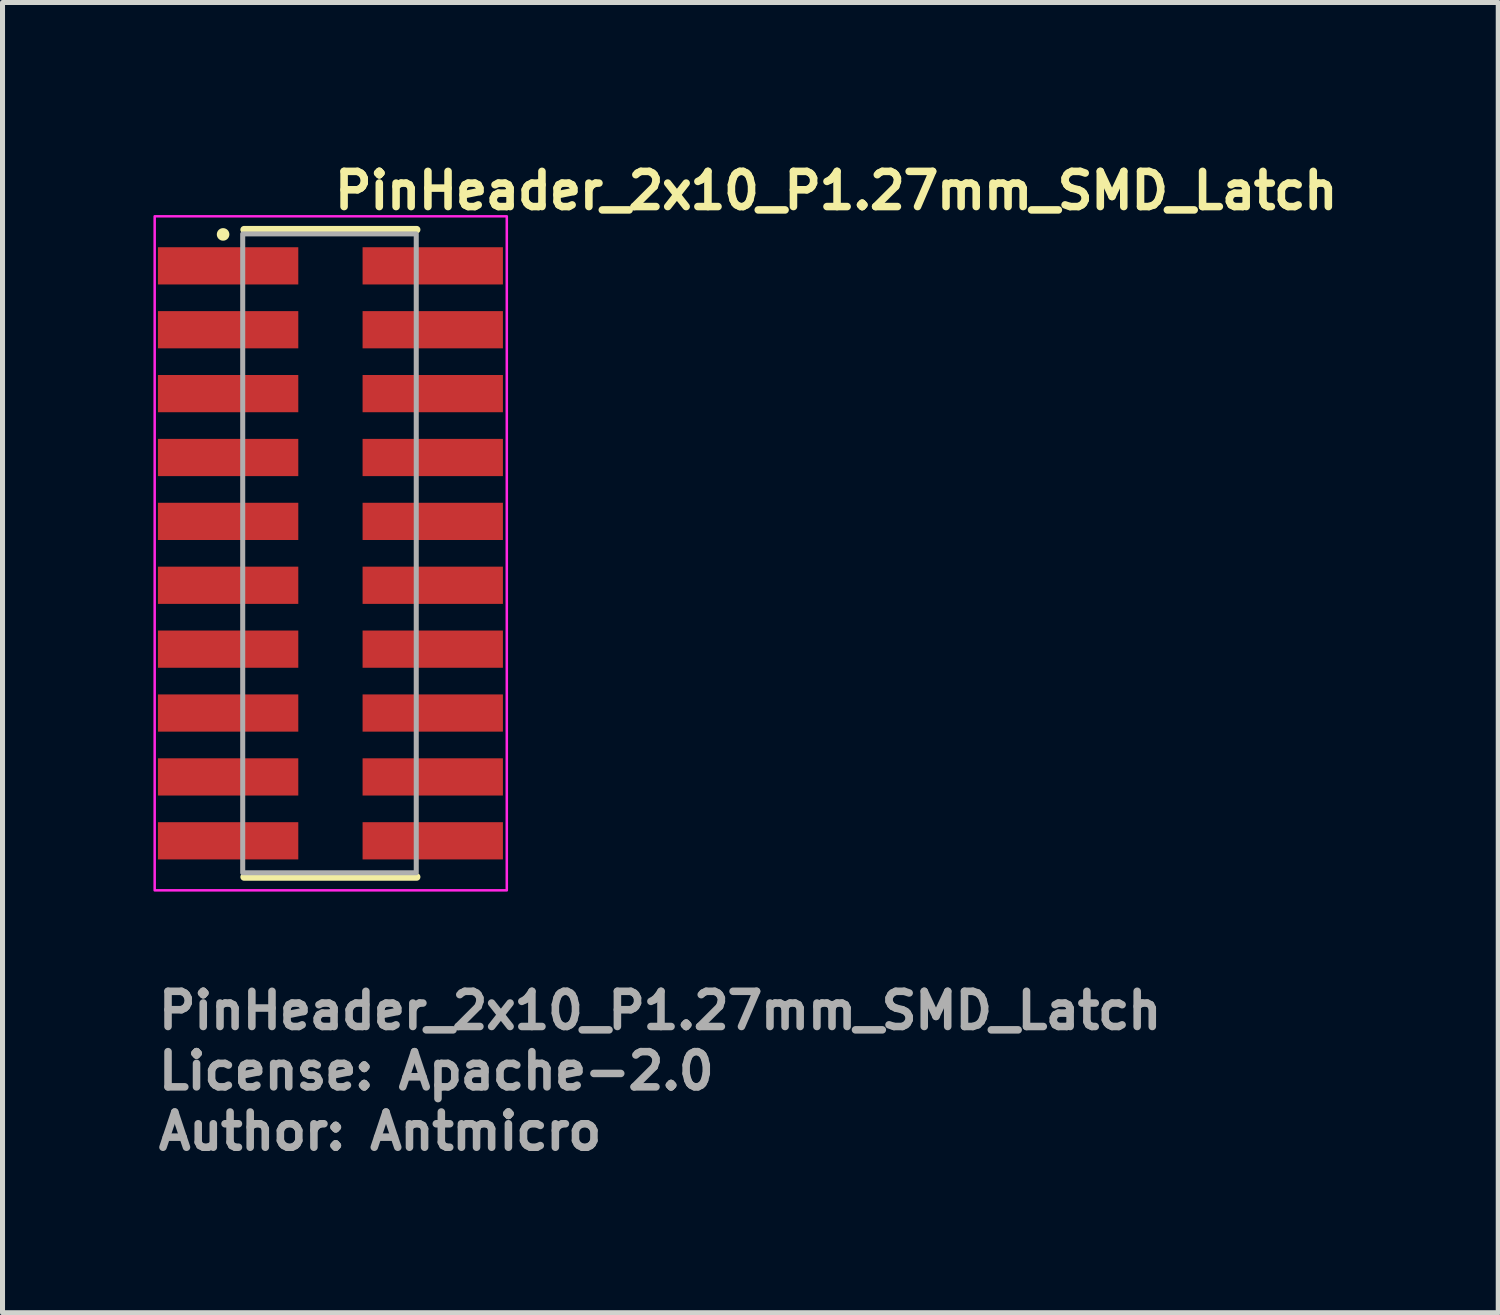
<source format=kicad_pcb>
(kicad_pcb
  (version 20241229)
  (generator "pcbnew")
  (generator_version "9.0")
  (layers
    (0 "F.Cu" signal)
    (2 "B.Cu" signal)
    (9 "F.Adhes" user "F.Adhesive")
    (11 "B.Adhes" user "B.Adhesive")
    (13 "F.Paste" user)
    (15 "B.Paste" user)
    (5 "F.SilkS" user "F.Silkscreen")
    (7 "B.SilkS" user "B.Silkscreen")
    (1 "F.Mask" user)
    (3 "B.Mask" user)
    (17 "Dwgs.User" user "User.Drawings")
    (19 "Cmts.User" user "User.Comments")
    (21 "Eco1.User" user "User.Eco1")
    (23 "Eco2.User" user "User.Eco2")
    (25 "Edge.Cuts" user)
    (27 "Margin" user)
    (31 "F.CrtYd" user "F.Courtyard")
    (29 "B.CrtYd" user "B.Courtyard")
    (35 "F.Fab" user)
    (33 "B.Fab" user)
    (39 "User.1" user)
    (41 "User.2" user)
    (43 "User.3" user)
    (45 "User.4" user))
  (footprint "PinHeader_2x10_P1.27mm_SMD_Latch"
    (layer "F.Cu")
    (at 3.525 7.95)
    (property "Reference" "PinHeader_2x10_P1.27mm_SMD_Latch" (at 0 -6.8 0) (unlocked yes) (layer "F.SilkS") (effects (font (size 0.7 0.7) (thickness 0.15)) (justify left bottom)))
    (attr smd)
    (fp_line (start -1.722 -6.434) (end 1.708 -6.434) (stroke (width 0.15) (type solid)) (layer "F.SilkS"))
    (fp_line (start -1.722 6.434) (end 1.708 6.434) (stroke (width 0.15) (type solid)) (layer "F.SilkS"))
    (fp_circle (center -2.14 -6.34) (end -2.14 -6.29) (stroke (width 0.15) (type solid)) (fill yes) (layer "F.SilkS"))
    (fp_rect (start 3.5 -6.7) (end -3.5 6.7) (stroke (width 0.05) (type solid)) (fill no) (layer "F.CrtYd"))
    (fp_rect (start 1.7 -6.35) (end -1.75 6.35) (stroke (width 0.1) (type solid)) (fill no) (layer "F.Fab"))
    (fp_rect (start 2.92 -6.349) (end -2.919 6.349) (stroke (width 0.1) (type solid)) (fill no) (layer "User.5"))
    (fp_line (start -2.919 -5.918) (end -1.713 -5.918) (stroke (width 0.02) (type solid)) (layer "User.9"))
    (fp_line (start -2.919 -5.511) (end -2.919 -5.918) (stroke (width 0.02) (type solid)) (layer "User.9"))
    (fp_line (start -2.919 -4.648) (end -1.713 -4.648) (stroke (width 0.02) (type solid)) (layer "User.9"))
    (fp_line (start -2.919 -4.241) (end -2.919 -4.648) (stroke (width 0.02) (type solid)) (layer "User.9"))
    (fp_line (start -2.919 -3.378) (end -1.713 -3.378) (stroke (width 0.02) (type solid)) (layer "User.9"))
    (fp_line (start -2.919 -2.971) (end -2.919 -3.378) (stroke (width 0.02) (type solid)) (layer "User.9"))
    (fp_line (start -2.919 2.539) (end -2.919 -2.54) (stroke (width 0.02) (type solid)) (layer "User.9"))
    (fp_line (start -2.919 2.97) (end -1.713 2.97) (stroke (width 0.02) (type solid)) (layer "User.9"))
    (fp_line (start -2.919 3.377) (end -2.919 2.97) (stroke (width 0.02) (type solid)) (layer "User.9"))
    (fp_line (start -2.919 4.241) (end -1.713 4.241) (stroke (width 0.02) (type solid)) (layer "User.9"))
    (fp_line (start -2.919 4.648) (end -2.919 4.241) (stroke (width 0.02) (type solid)) (layer "User.9"))
    (fp_line (start -2.919 5.511) (end -1.713 5.511) (stroke (width 0.02) (type solid)) (layer "User.9"))
    (fp_line (start -2.919 5.918) (end -2.919 5.511) (stroke (width 0.02) (type solid)) (layer "User.9"))
    (fp_line (start -2.919 5.918) (end -1.713 5.918) (stroke (width 0.02) (type solid)) (layer "User.9"))
    (fp_line (start -1.713 -6.349) (end -1.713 -2.54) (stroke (width 0.02) (type solid)) (layer "User.9"))
    (fp_line (start -1.713 -5.511) (end -2.919 -5.511) (stroke (width 0.02) (type solid)) (layer "User.9"))
    (fp_line (start -1.713 -4.241) (end -2.919 -4.241) (stroke (width 0.02) (type solid)) (layer "User.9"))
    (fp_line (start -1.713 -2.971) (end -2.919 -2.971) (stroke (width 0.02) (type solid)) (layer "User.9"))
    (fp_line (start -1.713 2.539) (end -1.713 6.349) (stroke (width 0.02) (type solid)) (layer "User.9"))
    (fp_line (start -1.713 3.377) (end -2.919 3.377) (stroke (width 0.02) (type solid)) (layer "User.9"))
    (fp_line (start -1.713 4.648) (end -2.919 4.648) (stroke (width 0.02) (type solid)) (layer "User.9"))
    (fp_line (start -1.713 6.349) (end 1.715 6.349) (stroke (width 0.02) (type solid)) (layer "User.9"))
    (fp_line (start -0.849 -5.918) (end -0.849 -5.511) (stroke (width 0.02) (type solid)) (layer "User.9"))
    (fp_line (start -0.849 -5.918) (end -0.837 -5.918) (stroke (width 0.02) (type solid)) (layer "User.9"))
    (fp_line (start -0.849 -5.511) (end -0.837 -5.511) (stroke (width 0.02) (type solid)) (layer "User.9"))
    (fp_line (start -0.849 -4.648) (end -0.849 -4.241) (stroke (width 0.02) (type solid)) (layer "User.9"))
    (fp_line (start -0.849 -4.241) (end -0.837 -4.241) (stroke (width 0.02) (type solid)) (layer "User.9"))
    (fp_line (start -0.849 -3.378) (end -0.849 -2.971) (stroke (width 0.02) (type solid)) (layer "User.9"))
    (fp_line (start -0.849 -2.971) (end -0.837 -2.971) (stroke (width 0.02) (type solid)) (layer "User.9"))
    (fp_line (start -0.849 2.97) (end -0.849 3.377) (stroke (width 0.02) (type solid)) (layer "User.9"))
    (fp_line (start -0.849 3.377) (end -0.837 3.377) (stroke (width 0.02) (type solid)) (layer "User.9"))
    (fp_line (start -0.849 4.241) (end -0.849 4.648) (stroke (width 0.02) (type solid)) (layer "User.9"))
    (fp_line (start -0.849 4.648) (end -0.837 4.648) (stroke (width 0.02) (type solid)) (layer "User.9"))
    (fp_line (start -0.849 5.511) (end -0.849 5.918) (stroke (width 0.02) (type solid)) (layer "User.9"))
    (fp_line (start -0.849 5.918) (end -0.837 5.918) (stroke (width 0.02) (type solid)) (layer "User.9"))
    (fp_line (start -0.849 5.918) (end -0.837 5.918) (stroke (width 0.02) (type solid)) (layer "User.9"))
    (fp_line (start -0.837 -5.918) (end -0.849 -5.918) (stroke (width 0.02) (type solid)) (layer "User.9"))
    (fp_line (start -0.837 -5.918) (end -0.706 -5.785) (stroke (width 0.02) (type solid)) (layer "User.9"))
    (fp_line (start -0.837 -5.918) (end -0.431 -5.918) (stroke (width 0.02) (type solid)) (layer "User.9"))
    (fp_line (start -0.837 -5.511) (end -0.837 -5.918) (stroke (width 0.02) (type solid)) (layer "User.9"))
    (fp_line (start -0.837 -5.511) (end -0.431 -5.511) (stroke (width 0.02) (type solid)) (layer "User.9"))
    (fp_line (start -0.837 -4.648) (end -0.849 -4.648) (stroke (width 0.02) (type solid)) (layer "User.9"))
    (fp_line (start -0.837 -4.648) (end -0.706 -4.516) (stroke (width 0.02) (type solid)) (layer "User.9"))
    (fp_line (start -0.837 -4.648) (end -0.431 -4.648) (stroke (width 0.02) (type solid)) (layer "User.9"))
    (fp_line (start -0.837 -4.241) (end -0.837 -4.648) (stroke (width 0.02) (type solid)) (layer "User.9"))
    (fp_line (start -0.837 -4.241) (end -0.431 -4.241) (stroke (width 0.02) (type solid)) (layer "User.9"))
    (fp_line (start -0.837 -3.378) (end -0.849 -3.378) (stroke (width 0.02) (type solid)) (layer "User.9"))
    (fp_line (start -0.837 -3.378) (end -0.706 -3.246) (stroke (width 0.02) (type solid)) (layer "User.9"))
    (fp_line (start -0.837 -3.378) (end -0.431 -3.378) (stroke (width 0.02) (type solid)) (layer "User.9"))
    (fp_line (start -0.837 -2.971) (end -0.837 -3.378) (stroke (width 0.02) (type solid)) (layer "User.9"))
    (fp_line (start -0.837 -2.971) (end -0.431 -2.971) (stroke (width 0.02) (type solid)) (layer "User.9"))
    (fp_line (start -0.837 2.97) (end -0.849 2.97) (stroke (width 0.02) (type solid)) (layer "User.9"))
    (fp_line (start -0.837 2.97) (end -0.706 3.102) (stroke (width 0.02) (type solid)) (layer "User.9"))
    (fp_line (start -0.837 2.97) (end -0.431 2.97) (stroke (width 0.02) (type solid)) (layer "User.9"))
    (fp_line (start -0.837 3.377) (end -0.837 2.97) (stroke (width 0.02) (type solid)) (layer "User.9"))
    (fp_line (start -0.837 3.377) (end -0.431 3.377) (stroke (width 0.02) (type solid)) (layer "User.9"))
    (fp_line (start -0.837 4.241) (end -0.849 4.241) (stroke (width 0.02) (type solid)) (layer "User.9"))
    (fp_line (start -0.837 4.241) (end -0.706 4.373) (stroke (width 0.02) (type solid)) (layer "User.9"))
    (fp_line (start -0.837 4.241) (end -0.431 4.241) (stroke (width 0.02) (type solid)) (layer "User.9"))
    (fp_line (start -0.837 4.648) (end -0.837 4.241) (stroke (width 0.02) (type solid)) (layer "User.9"))
    (fp_line (start -0.837 4.648) (end -0.431 4.648) (stroke (width 0.02) (type solid)) (layer "User.9"))
    (fp_line (start -0.837 5.511) (end -0.849 5.511) (stroke (width 0.02) (type solid)) (layer "User.9"))
    (fp_line (start -0.837 5.511) (end -0.706 5.643) (stroke (width 0.02) (type solid)) (layer "User.9"))
    (fp_line (start -0.837 5.511) (end -0.431 5.511) (stroke (width 0.02) (type solid)) (layer "User.9"))
    (fp_line (start -0.837 5.918) (end -0.837 5.511) (stroke (width 0.02) (type solid)) (layer "User.9"))
    (fp_line (start -0.837 5.918) (end -0.431 5.918) (stroke (width 0.02) (type solid)) (layer "User.9"))
    (fp_line (start -0.706 -5.785) (end -0.563 -5.785) (stroke (width 0.02) (type solid)) (layer "User.9"))
    (fp_line (start -0.706 -5.643) (end -0.837 -5.511) (stroke (width 0.02) (type solid)) (layer "User.9"))
    (fp_line (start -0.706 -5.643) (end -0.706 -5.785) (stroke (width 0.02) (type solid)) (layer "User.9"))
    (fp_line (start -0.706 -5.643) (end -0.563 -5.643) (stroke (width 0.02) (type solid)) (layer "User.9"))
    (fp_line (start -0.706 -4.516) (end -0.563 -4.516) (stroke (width 0.02) (type solid)) (layer "User.9"))
    (fp_line (start -0.706 -4.372) (end -0.837 -4.241) (stroke (width 0.02) (type solid)) (layer "User.9"))
    (fp_line (start -0.706 -4.372) (end -0.706 -4.516) (stroke (width 0.02) (type solid)) (layer "User.9"))
    (fp_line (start -0.706 -4.372) (end -0.563 -4.372) (stroke (width 0.02) (type solid)) (layer "User.9"))
    (fp_line (start -0.706 -3.246) (end -0.563 -3.246) (stroke (width 0.02) (type solid)) (layer "User.9"))
    (fp_line (start -0.706 -3.103) (end -0.837 -2.971) (stroke (width 0.02) (type solid)) (layer "User.9"))
    (fp_line (start -0.706 -3.103) (end -0.706 -3.246) (stroke (width 0.02) (type solid)) (layer "User.9"))
    (fp_line (start -0.706 -3.103) (end -0.563 -3.103) (stroke (width 0.02) (type solid)) (layer "User.9"))
    (fp_line (start -0.706 3.102) (end -0.563 3.102) (stroke (width 0.02) (type solid)) (layer "User.9"))
    (fp_line (start -0.706 3.246) (end -0.837 3.377) (stroke (width 0.02) (type solid)) (layer "User.9"))
    (fp_line (start -0.706 3.246) (end -0.706 3.102) (stroke (width 0.02) (type solid)) (layer "User.9"))
    (fp_line (start -0.706 3.246) (end -0.563 3.246) (stroke (width 0.02) (type solid)) (layer "User.9"))
    (fp_line (start -0.706 4.373) (end -0.563 4.373) (stroke (width 0.02) (type solid)) (layer "User.9"))
    (fp_line (start -0.706 4.516) (end -0.837 4.648) (stroke (width 0.02) (type solid)) (layer "User.9"))
    (fp_line (start -0.706 4.516) (end -0.706 4.373) (stroke (width 0.02) (type solid)) (layer "User.9"))
    (fp_line (start -0.706 4.516) (end -0.563 4.516) (stroke (width 0.02) (type solid)) (layer "User.9"))
    (fp_line (start -0.706 5.643) (end -0.563 5.643) (stroke (width 0.02) (type solid)) (layer "User.9"))
    (fp_line (start -0.706 5.786) (end -0.837 5.918) (stroke (width 0.02) (type solid)) (layer "User.9"))
    (fp_line (start -0.706 5.786) (end -0.706 5.643) (stroke (width 0.02) (type solid)) (layer "User.9"))
    (fp_line (start -0.706 5.786) (end -0.563 5.786) (stroke (width 0.02) (type solid)) (layer "User.9"))
    (fp_line (start -0.563 -5.785) (end -0.431 -5.918) (stroke (width 0.02) (type solid)) (layer "User.9"))
    (fp_line (start -0.563 -5.643) (end -0.563 -5.785) (stroke (width 0.02) (type solid)) (layer "User.9"))
    (fp_line (start -0.563 -4.516) (end -0.431 -4.648) (stroke (width 0.02) (type solid)) (layer "User.9"))
    (fp_line (start -0.563 -4.372) (end -0.563 -4.516) (stroke (width 0.02) (type solid)) (layer "User.9"))
    (fp_line (start -0.563 -3.246) (end -0.431 -3.378) (stroke (width 0.02) (type solid)) (layer "User.9"))
    (fp_line (start -0.563 -3.103) (end -0.563 -3.246) (stroke (width 0.02) (type solid)) (layer "User.9"))
    (fp_line (start -0.563 3.102) (end -0.431 2.97) (stroke (width 0.02) (type solid)) (layer "User.9"))
    (fp_line (start -0.563 3.246) (end -0.563 3.102) (stroke (width 0.02) (type solid)) (layer "User.9"))
    (fp_line (start -0.563 4.373) (end -0.431 4.241) (stroke (width 0.02) (type solid)) (layer "User.9"))
    (fp_line (start -0.563 4.516) (end -0.563 4.373) (stroke (width 0.02) (type solid)) (layer "User.9"))
    (fp_line (start -0.563 5.643) (end -0.431 5.511) (stroke (width 0.02) (type solid)) (layer "User.9"))
    (fp_line (start -0.563 5.786) (end -0.563 5.643) (stroke (width 0.02) (type solid)) (layer "User.9"))
    (fp_line (start -0.431 -5.511) (end -0.563 -5.643) (stroke (width 0.02) (type solid)) (layer "User.9"))
    (fp_line (start -0.431 -5.511) (end -0.431 -5.918) (stroke (width 0.02) (type solid)) (layer "User.9"))
    (fp_line (start -0.431 -4.241) (end -0.563 -4.372) (stroke (width 0.02) (type solid)) (layer "User.9"))
    (fp_line (start -0.431 -4.241) (end -0.431 -4.648) (stroke (width 0.02) (type solid)) (layer "User.9"))
    (fp_line (start -0.431 -2.971) (end -0.563 -3.103) (stroke (width 0.02) (type solid)) (layer "User.9"))
    (fp_line (start -0.431 -2.971) (end -0.431 -3.378) (stroke (width 0.02) (type solid)) (layer "User.9"))
    (fp_line (start -0.431 3.377) (end -0.563 3.246) (stroke (width 0.02) (type solid)) (layer "User.9"))
    (fp_line (start -0.431 3.377) (end -0.431 2.97) (stroke (width 0.02) (type solid)) (layer "User.9"))
    (fp_line (start -0.431 4.648) (end -0.563 4.516) (stroke (width 0.02) (type solid)) (layer "User.9"))
    (fp_line (start -0.431 4.648) (end -0.431 4.241) (stroke (width 0.02) (type solid)) (layer "User.9"))
    (fp_line (start -0.431 5.918) (end -0.563 5.786) (stroke (width 0.02) (type solid)) (layer "User.9"))
    (fp_line (start -0.431 5.918) (end -0.431 5.511) (stroke (width 0.02) (type solid)) (layer "User.9"))
    (fp_line (start 0.42 -5.918) (end 0.42 -5.511) (stroke (width 0.02) (type solid)) (layer "User.9"))
    (fp_line (start 0.42 -5.918) (end 0.432 -5.918) (stroke (width 0.02) (type solid)) (layer "User.9"))
    (fp_line (start 0.42 -5.511) (end 0.432 -5.511) (stroke (width 0.02) (type solid)) (layer "User.9"))
    (fp_line (start 0.42 -4.648) (end 0.42 -4.241) (stroke (width 0.02) (type solid)) (layer "User.9"))
    (fp_line (start 0.42 -4.241) (end 0.432 -4.241) (stroke (width 0.02) (type solid)) (layer "User.9"))
    (fp_line (start 0.42 -3.378) (end 0.42 -2.971) (stroke (width 0.02) (type solid)) (layer "User.9"))
    (fp_line (start 0.42 -2.971) (end 0.432 -2.971) (stroke (width 0.02) (type solid)) (layer "User.9"))
    (fp_line (start 0.42 2.97) (end 0.42 3.377) (stroke (width 0.02) (type solid)) (layer "User.9"))
    (fp_line (start 0.42 3.377) (end 0.432 3.377) (stroke (width 0.02) (type solid)) (layer "User.9"))
    (fp_line (start 0.42 4.241) (end 0.42 4.648) (stroke (width 0.02) (type solid)) (layer "User.9"))
    (fp_line (start 0.42 4.648) (end 0.432 4.648) (stroke (width 0.02) (type solid)) (layer "User.9"))
    (fp_line (start 0.42 5.511) (end 0.42 5.918) (stroke (width 0.02) (type solid)) (layer "User.9"))
    (fp_line (start 0.42 5.918) (end 0.432 5.918) (stroke (width 0.02) (type solid)) (layer "User.9"))
    (fp_line (start 0.42 5.918) (end 0.432 5.918) (stroke (width 0.02) (type solid)) (layer "User.9"))
    (fp_line (start 0.432 -5.918) (end 0.42 -5.918) (stroke (width 0.02) (type solid)) (layer "User.9"))
    (fp_line (start 0.432 -5.918) (end 0.563 -5.785) (stroke (width 0.02) (type solid)) (layer "User.9"))
    (fp_line (start 0.432 -5.918) (end 0.839 -5.918) (stroke (width 0.02) (type solid)) (layer "User.9"))
    (fp_line (start 0.432 -5.511) (end 0.432 -5.918) (stroke (width 0.02) (type solid)) (layer "User.9"))
    (fp_line (start 0.432 -5.511) (end 0.839 -5.511) (stroke (width 0.02) (type solid)) (layer "User.9"))
    (fp_line (start 0.432 -4.648) (end 0.42 -4.648) (stroke (width 0.02) (type solid)) (layer "User.9"))
    (fp_line (start 0.432 -4.648) (end 0.563 -4.516) (stroke (width 0.02) (type solid)) (layer "User.9"))
    (fp_line (start 0.432 -4.648) (end 0.839 -4.648) (stroke (width 0.02) (type solid)) (layer "User.9"))
    (fp_line (start 0.432 -4.241) (end 0.432 -4.648) (stroke (width 0.02) (type solid)) (layer "User.9"))
    (fp_line (start 0.432 -4.241) (end 0.839 -4.241) (stroke (width 0.02) (type solid)) (layer "User.9"))
    (fp_line (start 0.432 -3.378) (end 0.42 -3.378) (stroke (width 0.02) (type solid)) (layer "User.9"))
    (fp_line (start 0.432 -3.378) (end 0.563 -3.246) (stroke (width 0.02) (type solid)) (layer "User.9"))
    (fp_line (start 0.432 -3.378) (end 0.839 -3.378) (stroke (width 0.02) (type solid)) (layer "User.9"))
    (fp_line (start 0.432 -2.971) (end 0.432 -3.378) (stroke (width 0.02) (type solid)) (layer "User.9"))
    (fp_line (start 0.432 -2.971) (end 0.839 -2.971) (stroke (width 0.02) (type solid)) (layer "User.9"))
    (fp_line (start 0.432 2.97) (end 0.42 2.97) (stroke (width 0.02) (type solid)) (layer "User.9"))
    (fp_line (start 0.432 2.97) (end 0.563 3.102) (stroke (width 0.02) (type solid)) (layer "User.9"))
    (fp_line (start 0.432 2.97) (end 0.839 2.97) (stroke (width 0.02) (type solid)) (layer "User.9"))
    (fp_line (start 0.432 3.377) (end 0.432 2.97) (stroke (width 0.02) (type solid)) (layer "User.9"))
    (fp_line (start 0.432 3.377) (end 0.839 3.377) (stroke (width 0.02) (type solid)) (layer "User.9"))
    (fp_line (start 0.432 4.241) (end 0.42 4.241) (stroke (width 0.02) (type solid)) (layer "User.9"))
    (fp_line (start 0.432 4.241) (end 0.563 4.373) (stroke (width 0.02) (type solid)) (layer "User.9"))
    (fp_line (start 0.432 4.241) (end 0.839 4.241) (stroke (width 0.02) (type solid)) (layer "User.9"))
    (fp_line (start 0.432 4.648) (end 0.432 4.241) (stroke (width 0.02) (type solid)) (layer "User.9"))
    (fp_line (start 0.432 4.648) (end 0.839 4.648) (stroke (width 0.02) (type solid)) (layer "User.9"))
    (fp_line (start 0.432 5.511) (end 0.42 5.511) (stroke (width 0.02) (type solid)) (layer "User.9"))
    (fp_line (start 0.432 5.511) (end 0.563 5.643) (stroke (width 0.02) (type solid)) (layer "User.9"))
    (fp_line (start 0.432 5.511) (end 0.839 5.511) (stroke (width 0.02) (type solid)) (layer "User.9"))
    (fp_line (start 0.432 5.918) (end 0.432 5.511) (stroke (width 0.02) (type solid)) (layer "User.9"))
    (fp_line (start 0.432 5.918) (end 0.839 5.918) (stroke (width 0.02) (type solid)) (layer "User.9"))
    (fp_line (start 0.563 -5.785) (end 0.707 -5.785) (stroke (width 0.02) (type solid)) (layer "User.9"))
    (fp_line (start 0.563 -5.643) (end 0.432 -5.511) (stroke (width 0.02) (type solid)) (layer "User.9"))
    (fp_line (start 0.563 -5.643) (end 0.563 -5.785) (stroke (width 0.02) (type solid)) (layer "User.9"))
    (fp_line (start 0.563 -5.643) (end 0.707 -5.643) (stroke (width 0.02) (type solid)) (layer "User.9"))
    (fp_line (start 0.563 -4.516) (end 0.707 -4.516) (stroke (width 0.02) (type solid)) (layer "User.9"))
    (fp_line (start 0.563 -4.372) (end 0.432 -4.241) (stroke (width 0.02) (type solid)) (layer "User.9"))
    (fp_line (start 0.563 -4.372) (end 0.563 -4.516) (stroke (width 0.02) (type solid)) (layer "User.9"))
    (fp_line (start 0.563 -4.372) (end 0.707 -4.372) (stroke (width 0.02) (type solid)) (layer "User.9"))
    (fp_line (start 0.563 -3.246) (end 0.707 -3.246) (stroke (width 0.02) (type solid)) (layer "User.9"))
    (fp_line (start 0.563 -3.103) (end 0.432 -2.971) (stroke (width 0.02) (type solid)) (layer "User.9"))
    (fp_line (start 0.563 -3.103) (end 0.563 -3.246) (stroke (width 0.02) (type solid)) (layer "User.9"))
    (fp_line (start 0.563 -3.103) (end 0.707 -3.103) (stroke (width 0.02) (type solid)) (layer "User.9"))
    (fp_line (start 0.563 3.102) (end 0.707 3.102) (stroke (width 0.02) (type solid)) (layer "User.9"))
    (fp_line (start 0.563 3.246) (end 0.432 3.377) (stroke (width 0.02) (type solid)) (layer "User.9"))
    (fp_line (start 0.563 3.246) (end 0.563 3.102) (stroke (width 0.02) (type solid)) (layer "User.9"))
    (fp_line (start 0.563 3.246) (end 0.707 3.246) (stroke (width 0.02) (type solid)) (layer "User.9"))
    (fp_line (start 0.563 4.373) (end 0.707 4.373) (stroke (width 0.02) (type solid)) (layer "User.9"))
    (fp_line (start 0.563 4.516) (end 0.432 4.648) (stroke (width 0.02) (type solid)) (layer "User.9"))
    (fp_line (start 0.563 4.516) (end 0.563 4.373) (stroke (width 0.02) (type solid)) (layer "User.9"))
    (fp_line (start 0.563 4.516) (end 0.707 4.516) (stroke (width 0.02) (type solid)) (layer "User.9"))
    (fp_line (start 0.563 5.643) (end 0.707 5.643) (stroke (width 0.02) (type solid)) (layer "User.9"))
    (fp_line (start 0.563 5.786) (end 0.432 5.918) (stroke (width 0.02) (type solid)) (layer "User.9"))
    (fp_line (start 0.563 5.786) (end 0.563 5.643) (stroke (width 0.02) (type solid)) (layer "User.9"))
    (fp_line (start 0.563 5.786) (end 0.707 5.786) (stroke (width 0.02) (type solid)) (layer "User.9"))
    (fp_line (start 0.707 -5.785) (end 0.839 -5.918) (stroke (width 0.02) (type solid)) (layer "User.9"))
    (fp_line (start 0.707 -5.643) (end 0.707 -5.785) (stroke (width 0.02) (type solid)) (layer "User.9"))
    (fp_line (start 0.707 -4.516) (end 0.839 -4.648) (stroke (width 0.02) (type solid)) (layer "User.9"))
    (fp_line (start 0.707 -4.372) (end 0.707 -4.516) (stroke (width 0.02) (type solid)) (layer "User.9"))
    (fp_line (start 0.707 -3.246) (end 0.839 -3.378) (stroke (width 0.02) (type solid)) (layer "User.9"))
    (fp_line (start 0.707 -3.103) (end 0.707 -3.246) (stroke (width 0.02) (type solid)) (layer "User.9"))
    (fp_line (start 0.707 3.102) (end 0.839 2.97) (stroke (width 0.02) (type solid)) (layer "User.9"))
    (fp_line (start 0.707 3.246) (end 0.707 3.102) (stroke (width 0.02) (type solid)) (layer "User.9"))
    (fp_line (start 0.707 4.373) (end 0.839 4.241) (stroke (width 0.02) (type solid)) (layer "User.9"))
    (fp_line (start 0.707 4.516) (end 0.707 4.373) (stroke (width 0.02) (type solid)) (layer "User.9"))
    (fp_line (start 0.707 5.643) (end 0.839 5.511) (stroke (width 0.02) (type solid)) (layer "User.9"))
    (fp_line (start 0.707 5.786) (end 0.707 5.643) (stroke (width 0.02) (type solid)) (layer "User.9"))
    (fp_line (start 0.839 -5.511) (end 0.707 -5.643) (stroke (width 0.02) (type solid)) (layer "User.9"))
    (fp_line (start 0.839 -5.511) (end 0.839 -5.918) (stroke (width 0.02) (type solid)) (layer "User.9"))
    (fp_line (start 0.839 -4.241) (end 0.707 -4.372) (stroke (width 0.02) (type solid)) (layer "User.9"))
    (fp_line (start 0.839 -4.241) (end 0.839 -4.648) (stroke (width 0.02) (type solid)) (layer "User.9"))
    (fp_line (start 0.839 -2.971) (end 0.707 -3.103) (stroke (width 0.02) (type solid)) (layer "User.9"))
    (fp_line (start 0.839 -2.971) (end 0.839 -3.378) (stroke (width 0.02) (type solid)) (layer "User.9"))
    (fp_line (start 0.839 3.377) (end 0.707 3.246) (stroke (width 0.02) (type solid)) (layer "User.9"))
    (fp_line (start 0.839 3.377) (end 0.839 2.97) (stroke (width 0.02) (type solid)) (layer "User.9"))
    (fp_line (start 0.839 4.648) (end 0.707 4.516) (stroke (width 0.02) (type solid)) (layer "User.9"))
    (fp_line (start 0.839 4.648) (end 0.839 4.241) (stroke (width 0.02) (type solid)) (layer "User.9"))
    (fp_line (start 0.839 5.918) (end 0.707 5.786) (stroke (width 0.02) (type solid)) (layer "User.9"))
    (fp_line (start 0.839 5.918) (end 0.839 5.511) (stroke (width 0.02) (type solid)) (layer "User.9"))
    (fp_line (start 1.715 -6.349) (end -1.713 -6.349) (stroke (width 0.02) (type solid)) (layer "User.9"))
    (fp_line (start 1.715 -5.918) (end 2.92 -5.918) (stroke (width 0.02) (type solid)) (layer "User.9"))
    (fp_line (start 1.715 -4.648) (end 2.92 -4.648) (stroke (width 0.02) (type solid)) (layer "User.9"))
    (fp_line (start 1.715 -3.378) (end 2.92 -3.378) (stroke (width 0.02) (type solid)) (layer "User.9"))
    (fp_line (start 1.715 -2.54) (end 1.715 -6.349) (stroke (width 0.02) (type solid)) (layer "User.9"))
    (fp_line (start 1.715 2.97) (end 2.92 2.97) (stroke (width 0.02) (type solid)) (layer "User.9"))
    (fp_line (start 1.715 4.241) (end 2.92 4.241) (stroke (width 0.02) (type solid)) (layer "User.9"))
    (fp_line (start 1.715 5.511) (end 2.92 5.511) (stroke (width 0.02) (type solid)) (layer "User.9"))
    (fp_line (start 1.715 5.918) (end 2.92 5.918) (stroke (width 0.02) (type solid)) (layer "User.9"))
    (fp_line (start 1.715 6.349) (end 1.715 2.539) (stroke (width 0.02) (type solid)) (layer "User.9"))
    (fp_line (start 2.92 -5.511) (end 1.715 -5.511) (stroke (width 0.02) (type solid)) (layer "User.9"))
    (fp_line (start 2.92 -5.511) (end 2.92 -5.918) (stroke (width 0.02) (type solid)) (layer "User.9"))
    (fp_line (start 2.92 -4.241) (end 1.715 -4.241) (stroke (width 0.02) (type solid)) (layer "User.9"))
    (fp_line (start 2.92 -4.241) (end 2.92 -4.648) (stroke (width 0.02) (type solid)) (layer "User.9"))
    (fp_line (start 2.92 -2.971) (end 1.715 -2.971) (stroke (width 0.02) (type solid)) (layer "User.9"))
    (fp_line (start 2.92 -2.971) (end 2.92 -3.378) (stroke (width 0.02) (type solid)) (layer "User.9"))
    (fp_line (start 2.92 -2.54) (end -2.919 -2.54) (stroke (width 0.02) (type solid)) (layer "User.9"))
    (fp_line (start 2.92 2.539) (end -2.919 2.539) (stroke (width 0.02) (type solid)) (layer "User.9"))
    (fp_line (start 2.92 2.539) (end 2.92 -2.54) (stroke (width 0.02) (type solid)) (layer "User.9"))
    (fp_line (start 2.92 3.377) (end 1.715 3.377) (stroke (width 0.02) (type solid)) (layer "User.9"))
    (fp_line (start 2.92 3.377) (end 2.92 2.97) (stroke (width 0.02) (type solid)) (layer "User.9"))
    (fp_line (start 2.92 4.648) (end 1.715 4.648) (stroke (width 0.02) (type solid)) (layer "User.9"))
    (fp_line (start 2.92 4.648) (end 2.92 4.241) (stroke (width 0.02) (type solid)) (layer "User.9"))
    (fp_line (start 2.92 5.918) (end 2.92 5.511) (stroke (width 0.02) (type solid)) (layer "User.9"))
    (fp_text user "${REFERENCE}" (at -3.5 9.5 0) (unlocked yes) (layer "F.Fab") (effects (font (size 0.7 0.7) (thickness 0.15)) (justify left bottom)))
    (fp_text user "License: Apache-2.0" (at -3.5 10.7 0) (layer "F.Fab") (effects (font (size 0.7 0.7) (thickness 0.15)) (justify left bottom)))
    (fp_text user "Author: Antmicro" (at -3.5 11.9 0) (layer "F.Fab") (effects (font (size 0.7 0.7) (thickness 0.15)) (justify left bottom)))
    (pad "1" smd rect (at -2.04 -5.715 270) (size 0.74 2.79) (layers "F.Cu" "F.Mask" "F.Paste"))
    (pad "2" smd rect (at 2.028 -5.715 270) (size 0.74 2.79) (layers "F.Cu" "F.Mask" "F.Paste"))
    (pad "3" smd rect (at -2.04 -4.445 270) (size 0.74 2.79) (layers "F.Cu" "F.Mask" "F.Paste"))
    (pad "4" smd rect (at 2.028 -4.445 270) (size 0.74 2.79) (layers "F.Cu" "F.Mask" "F.Paste"))
    (pad "5" smd rect (at -2.04 -3.175 270) (size 0.74 2.79) (layers "F.Cu" "F.Mask" "F.Paste"))
    (pad "6" smd rect (at 2.028 -3.175 270) (size 0.74 2.79) (layers "F.Cu" "F.Mask" "F.Paste"))
    (pad "7" smd rect (at -2.04 -1.905 270) (size 0.74 2.79) (layers "F.Cu" "F.Mask" "F.Paste"))
    (pad "8" smd rect (at 2.028 -1.905 270) (size 0.74 2.79) (layers "F.Cu" "F.Mask" "F.Paste"))
    (pad "9" smd rect (at -2.04 -0.635 270) (size 0.74 2.79) (layers "F.Cu" "F.Mask" "F.Paste"))
    (pad "10" smd rect (at 2.028 -0.635 270) (size 0.74 2.79) (layers "F.Cu" "F.Mask" "F.Paste"))
    (pad "11" smd rect (at -2.04 0.635 270) (size 0.74 2.79) (layers "F.Cu" "F.Mask" "F.Paste"))
    (pad "12" smd rect (at 2.028 0.635 270) (size 0.74 2.79) (layers "F.Cu" "F.Mask" "F.Paste"))
    (pad "13" smd rect (at -2.04 1.905 270) (size 0.74 2.79) (layers "F.Cu" "F.Mask" "F.Paste"))
    (pad "14" smd rect (at 2.028 1.905 270) (size 0.74 2.79) (layers "F.Cu" "F.Mask" "F.Paste"))
    (pad "15" smd rect (at -2.04 3.175 270) (size 0.74 2.79) (layers "F.Cu" "F.Mask" "F.Paste"))
    (pad "16" smd rect (at 2.028 3.175 270) (size 0.74 2.79) (layers "F.Cu" "F.Mask" "F.Paste"))
    (pad "17" smd rect (at -2.04 4.445 270) (size 0.74 2.79) (layers "F.Cu" "F.Mask" "F.Paste"))
    (pad "18" smd rect (at 2.028 4.445 270) (size 0.74 2.79) (layers "F.Cu" "F.Mask" "F.Paste"))
    (pad "19" smd rect (at -2.04 5.715 270) (size 0.74 2.79) (layers "F.Cu" "F.Mask" "F.Paste"))
    (pad "20" smd rect (at 2.028 5.715 270) (size 0.74 2.79) (layers "F.Cu" "F.Mask" "F.Paste")))
  (gr_rect
    (start -3 -3)
    (end 26.735 23.046)
    (stroke (width 0.1) (type default))
    (fill no)
    (layer "Edge.Cuts")))
</source>
